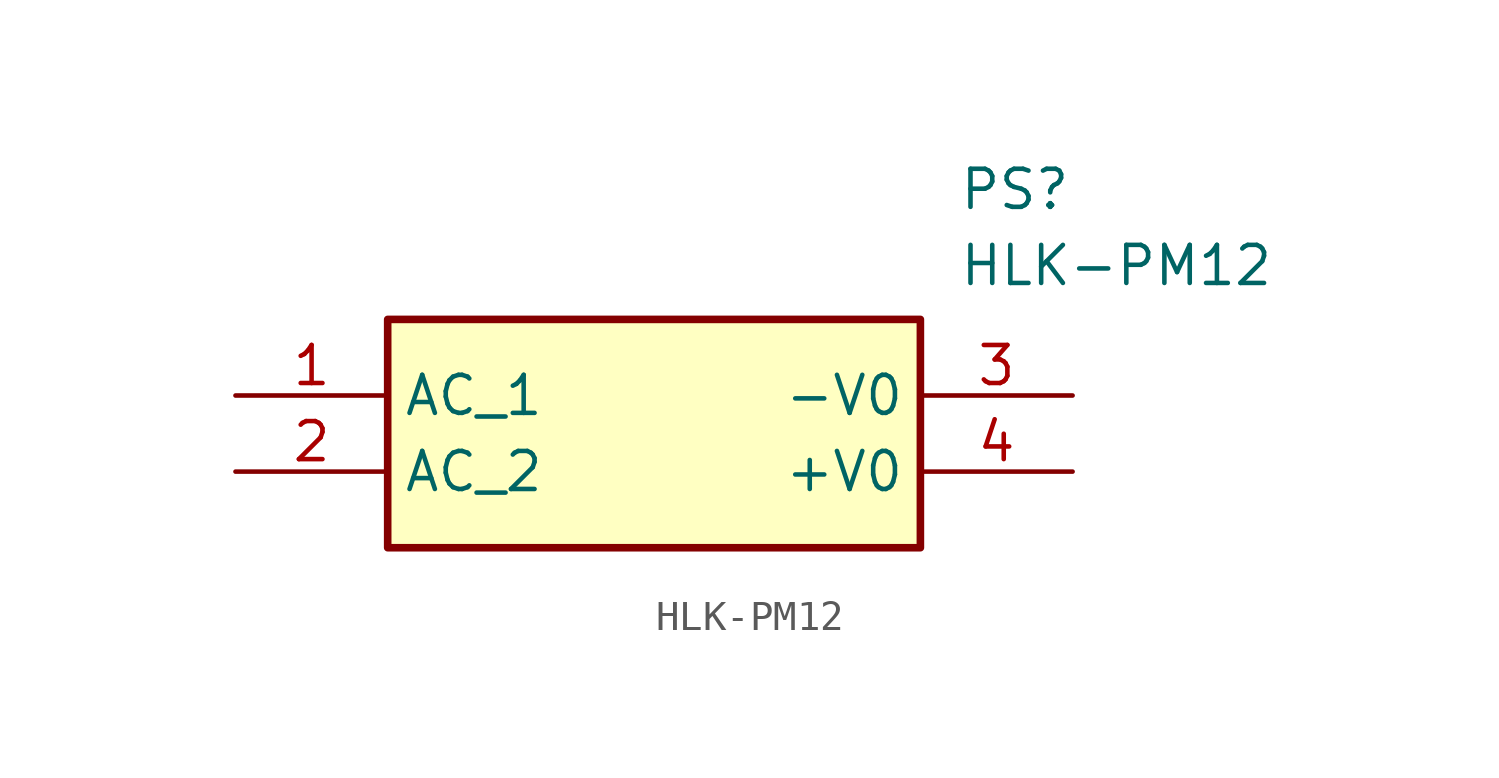
<source format=kicad_sym>
(kicad_symbol_lib
  (version 20211014)
  (generator SamacSys_ECAD_Model)
  (symbol "HLK-PM12"
    (property "Reference" "PS"
      (at 24.13 7.62 0)
      (effects (font (size 1.27 1.27)) (justify left top)))
    (property "Value" "HLK-PM12"
      (at 24.13 5.08 0)
      (effects (font (size 1.27 1.27)) (justify left top)))
    (rectangle
      (start 5.08 2.54)
      (end 22.86 -5.08)
      (stroke (width 0.254) (type default))
      (fill (type background)))
    (pin passive line
      (at 0 0 0)
      (length 5.08)
      (name "AC_1" (effects (font (size 1.27 1.27))))
      (number "1" (effects (font (size 1.27 1.27)))))
    (pin passive line
      (at 0 -2.54 0)
      (length 5.08)
      (name "AC_2" (effects (font (size 1.27 1.27))))
      (number "2" (effects (font (size 1.27 1.27)))))
    (pin passive line
      (at 27.94 0 180)
      (length 5.08)
      (name "-V0" (effects (font (size 1.27 1.27))))
      (number "3" (effects (font (size 1.27 1.27)))))
    (pin passive line
      (at 27.94 -2.54 180)
      (length 5.08)
      (name "+V0" (effects (font (size 1.27 1.27))))
      (number "4" (effects (font (size 1.27 1.27)))))))
</source>
